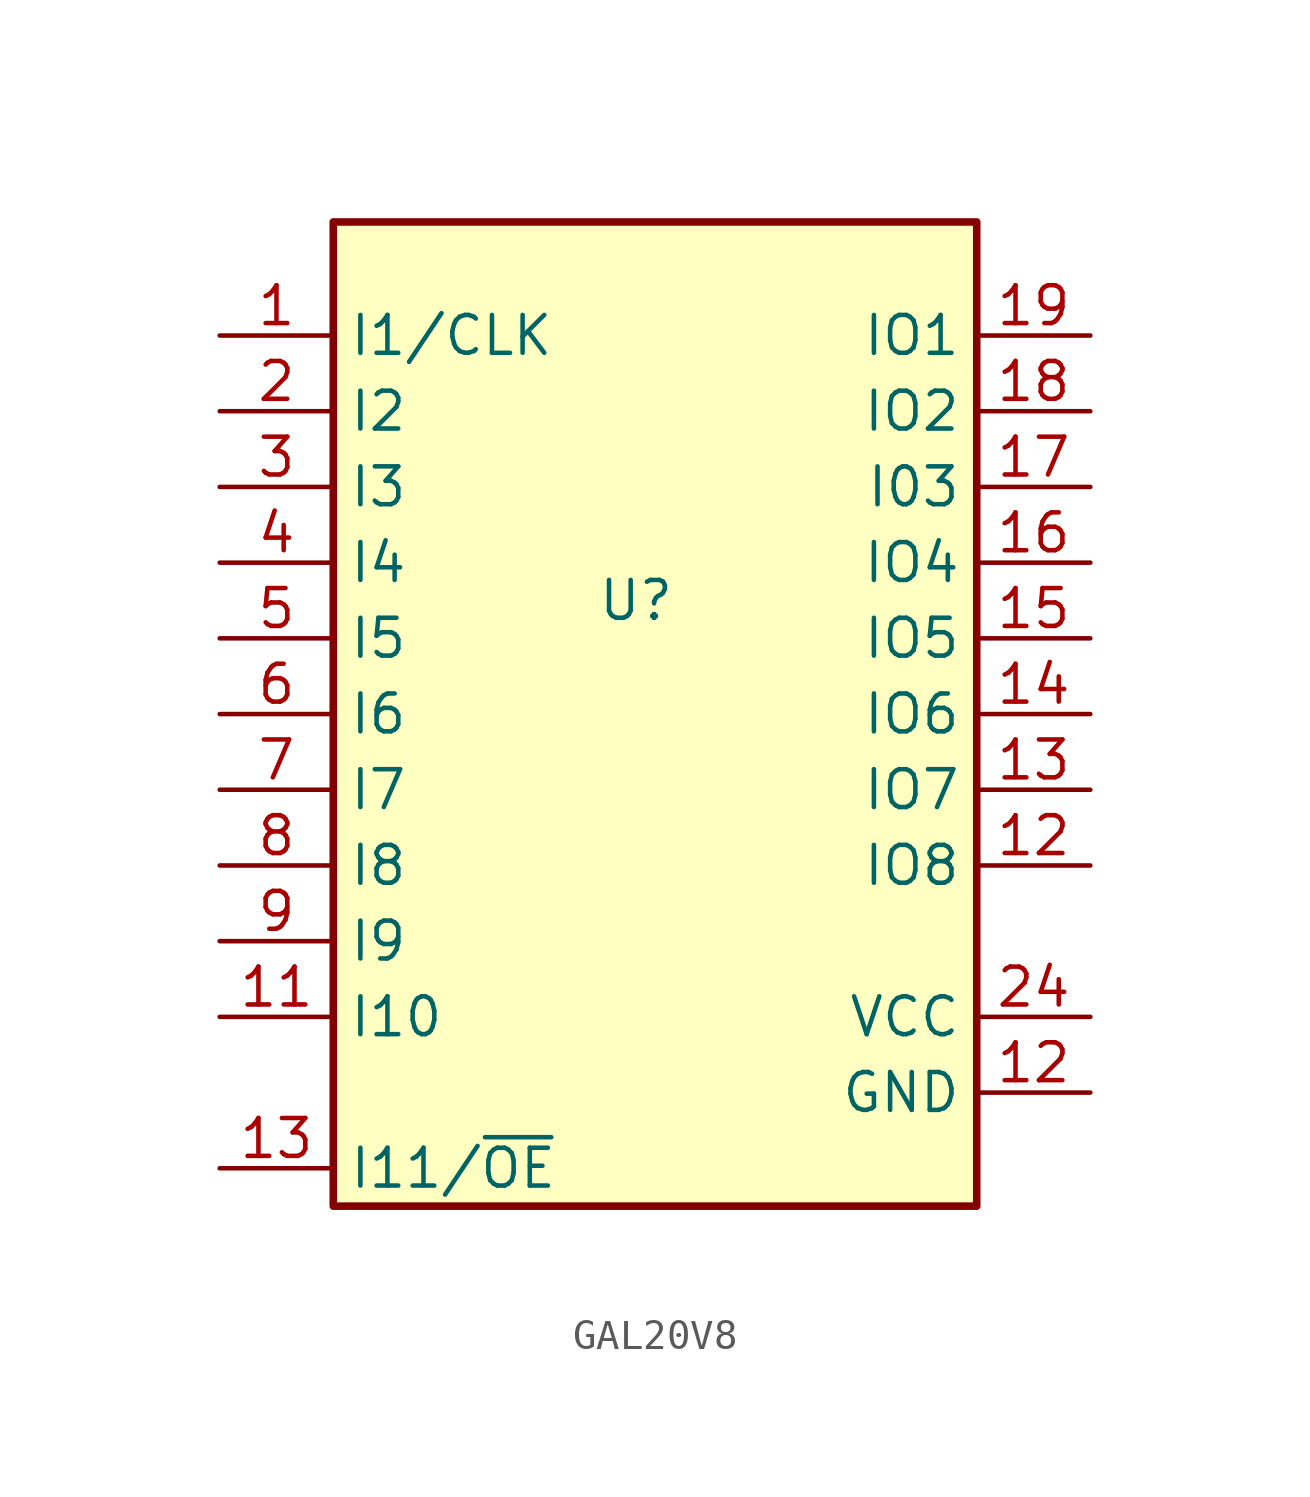
<source format=kicad_sym>
(kicad_symbol_lib
  (version 20231120)
  (generator "kicad_symbol_editor")
  (generator_version "8.0")
  (symbol "GAL20V8"
    (property "Reference" "U"
      (at 0 0 0)
      (effects (font (size 1.27 1.27))))
    (property "Value" ""
      (at 0 0 0)
      (effects (font (size 1.27 1.27))))
    (symbol "GAL20V8_0_1"
      (rectangle (start -10.16 12.7) (end 11.43 -20.32) (stroke (width 0.254) (type default)) (fill (type background))))
    (symbol "GAL20V8_1_0"
      (pin power_in line (at 15.24 -16.51 180) (length 3.81) (name "GND" (effects (font (size 1.27 1.27)))) (number "12" (effects (font (size 1.27 1.27)))))
      (pin power_in line (at 15.24 -13.97 180) (length 3.81) (name "VCC" (effects (font (size 1.27 1.27)))) (number "24" (effects (font (size 1.27 1.27))))))
    (symbol "GAL20V8_1_1"
      (pin input line (at -13.97 8.89 0) (length 3.81) (name "I1/CLK" (effects (font (size 1.27 1.27)))) (number "1" (effects (font (size 1.27 1.27)))))
      (pin input line (at -13.97 -13.97 0) (length 3.81) (name "I10" (effects (font (size 1.27 1.27)))) (number "11" (effects (font (size 1.27 1.27)))))
      (pin tri_state line (at 15.24 -8.89 180) (length 3.81) (name "IO8" (effects (font (size 1.27 1.27)))) (number "12" (effects (font (size 1.27 1.27)))))
      (pin input line (at -13.97 -19.05 0) (length 3.81) (name "I11/~{OE}" (effects (font (size 1.27 1.27)))) (number "13" (effects (font (size 1.27 1.27)))))
      (pin tri_state line (at 15.24 -6.35 180) (length 3.81) (name "IO7" (effects (font (size 1.27 1.27)))) (number "13" (effects (font (size 1.27 1.27)))))
      (pin tri_state line (at 15.24 -3.81 180) (length 3.81) (name "IO6" (effects (font (size 1.27 1.27)))) (number "14" (effects (font (size 1.27 1.27)))))
      (pin tri_state line (at 15.24 -1.27 180) (length 3.81) (name "IO5" (effects (font (size 1.27 1.27)))) (number "15" (effects (font (size 1.27 1.27)))))
      (pin tri_state line (at 15.24 1.27 180) (length 3.81) (name "IO4" (effects (font (size 1.27 1.27)))) (number "16" (effects (font (size 1.27 1.27)))))
      (pin tri_state line (at 15.24 3.81 180) (length 3.81) (name "I03" (effects (font (size 1.27 1.27)))) (number "17" (effects (font (size 1.27 1.27)))))
      (pin tri_state line (at 15.24 6.35 180) (length 3.81) (name "IO2" (effects (font (size 1.27 1.27)))) (number "18" (effects (font (size 1.27 1.27)))))
      (pin tri_state line (at 15.24 8.89 180) (length 3.81) (name "IO1" (effects (font (size 1.27 1.27)))) (number "19" (effects (font (size 1.27 1.27)))))
      (pin input line (at -13.97 6.35 0) (length 3.81) (name "I2" (effects (font (size 1.27 1.27)))) (number "2" (effects (font (size 1.27 1.27)))))
      (pin input line (at -13.97 3.81 0) (length 3.81) (name "I3" (effects (font (size 1.27 1.27)))) (number "3" (effects (font (size 1.27 1.27)))))
      (pin input line (at -13.97 1.27 0) (length 3.81) (name "I4" (effects (font (size 1.27 1.27)))) (number "4" (effects (font (size 1.27 1.27)))))
      (pin input line (at -13.97 -1.27 0) (length 3.81) (name "I5" (effects (font (size 1.27 1.27)))) (number "5" (effects (font (size 1.27 1.27)))))
      (pin input line (at -13.97 -3.81 0) (length 3.81) (name "I6" (effects (font (size 1.27 1.27)))) (number "6" (effects (font (size 1.27 1.27)))))
      (pin input line (at -13.97 -6.35 0) (length 3.81) (name "I7" (effects (font (size 1.27 1.27)))) (number "7" (effects (font (size 1.27 1.27)))))
      (pin input line (at -13.97 -8.89 0) (length 3.81) (name "I8" (effects (font (size 1.27 1.27)))) (number "8" (effects (font (size 1.27 1.27)))))
      (pin input line (at -13.97 -11.43 0) (length 3.81) (name "I9" (effects (font (size 1.27 1.27)))) (number "9" (effects (font (size 1.27 1.27))))))))
</source>
